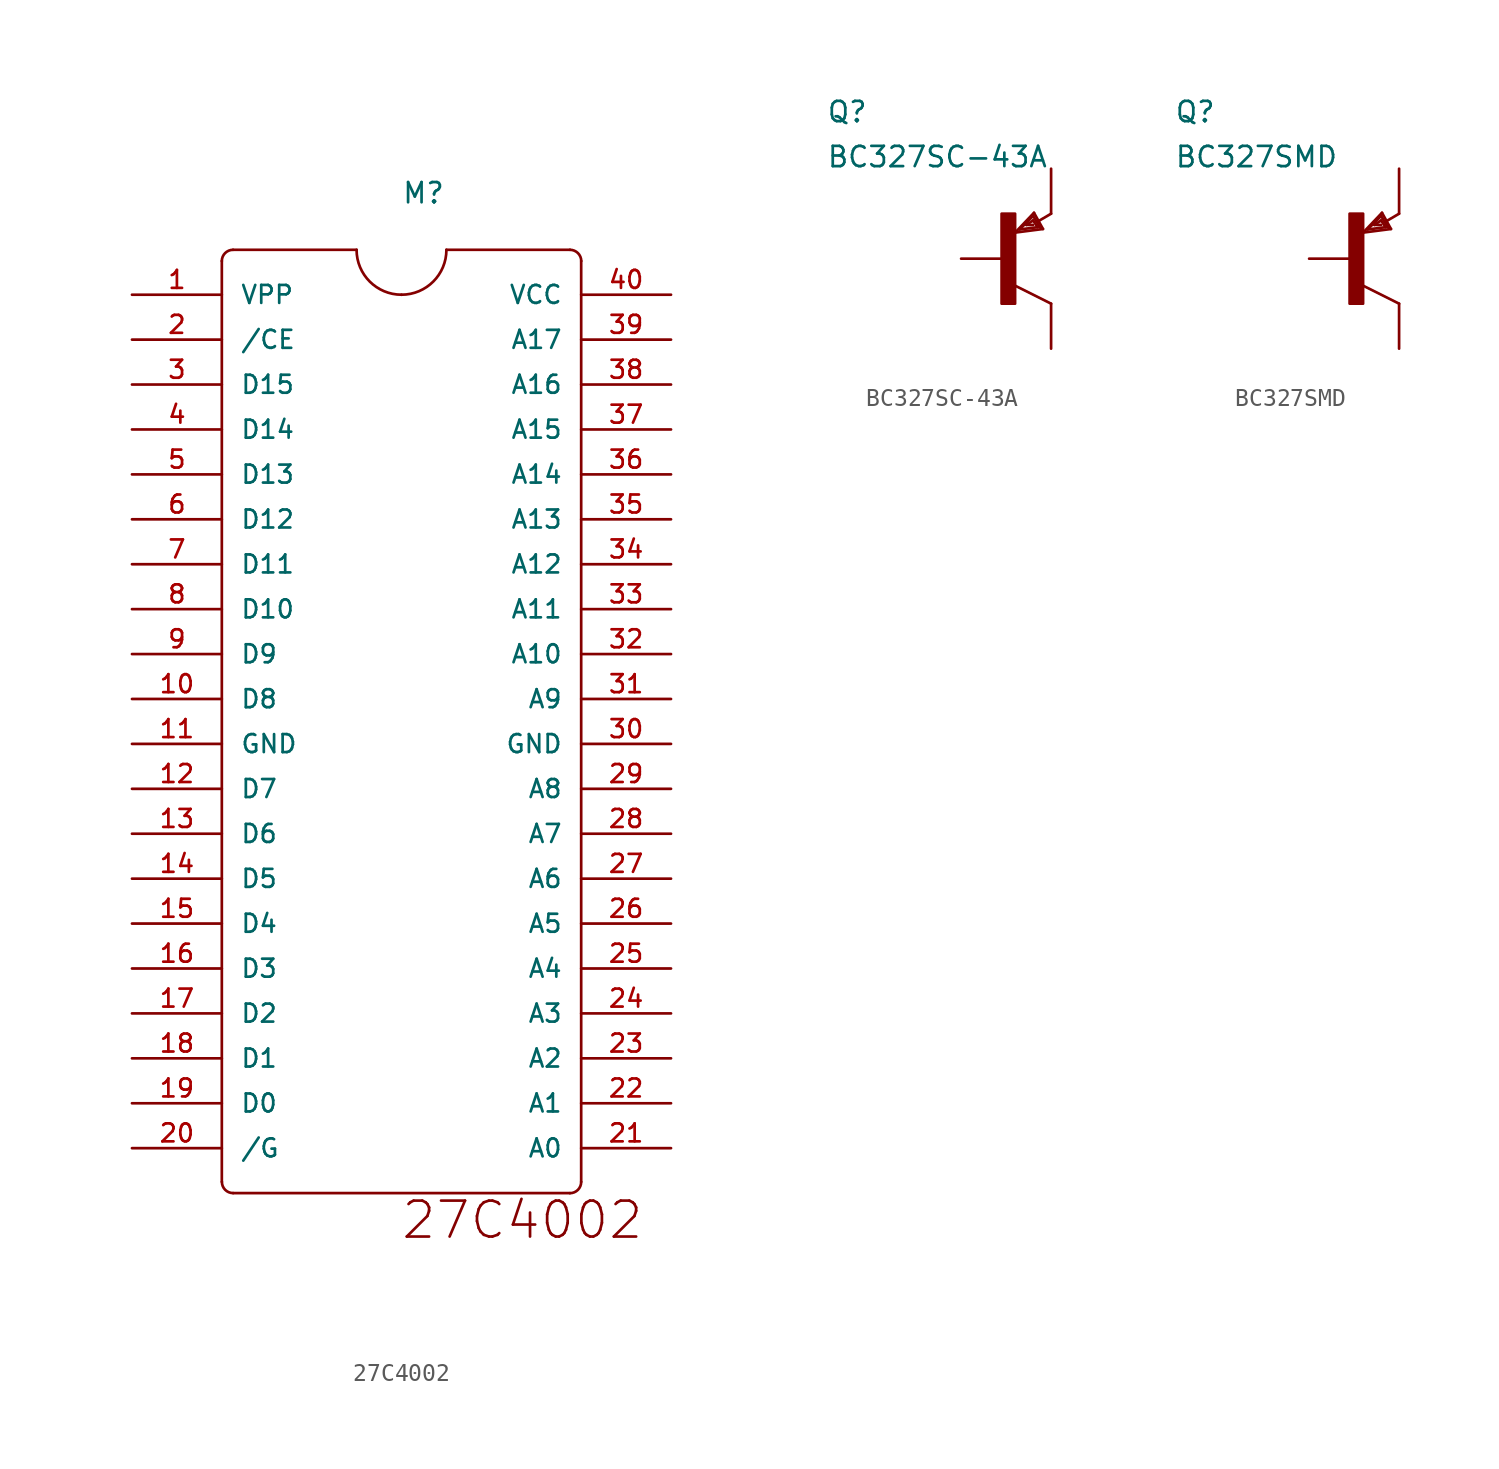
<source format=kicad_sym>
(kicad_symbol_lib
  (version 20211014)
  (generator kicad_symbol_editor)
  (symbol "27C4002"
    (pin_names
      (offset 1.016))
    (property "Reference" "M"
      (at 0 30.48 0)
      (effects (font (size 1.143 1.143)) (justify left bottom)))
    (property "ki_locked" ""
      (at 0 0 0)
      (effects (font (size 1.27 1.27))))
    (symbol "27C4002_1_0"
      (polyline (pts (xy -10.16 -24.765) (xy -10.16 27.305)) (stroke (width 0) (type default) (color 0 0 0 0)) (fill (type none)))
      (polyline (pts (xy -9.525 27.94) (xy -2.54 27.94)) (stroke (width 0) (type default) (color 0 0 0 0)) (fill (type none)))
      (polyline (pts (xy 2.54 27.94) (xy 9.525 27.94)) (stroke (width 0) (type default) (color 0 0 0 0)) (fill (type none)))
      (polyline (pts (xy 9.525 -25.4) (xy -9.525 -25.4)) (stroke (width 0) (type default) (color 0 0 0 0)) (fill (type none)))
      (polyline (pts (xy 10.16 27.305) (xy 10.16 -24.765)) (stroke (width 0) (type default) (color 0 0 0 0)) (fill (type none)))
      (text "27C4002" (at 6.833 -26.924 0) (effects (font (size 2.032 2.032)))))
    (symbol "27C4002_1_1"
      (arc (start -10.16 -24.765) (mid -9.974 -25.214) (end -9.525 -25.4) (stroke (width 0) (type default) (color 0 0 0 0)) (fill (type none)))
      (arc (start -9.525 27.94) (mid -9.974 27.754) (end -10.16 27.305) (stroke (width 0) (type default) (color 0 0 0 0)) (fill (type none)))
      (arc (start -2.54 27.94) (mid -1.7961 26.1439) (end 0 25.4) (stroke (width 0) (type default) (color 0 0 0 0)) (fill (type none)))
      (arc (start 0 25.4) (mid 1.7961 26.1439) (end 2.54 27.94) (stroke (width 0) (type default) (color 0 0 0 0)) (fill (type none)))
      (arc (start 9.525 -25.4) (mid 9.974 -25.214) (end 10.16 -24.765) (stroke (width 0) (type default) (color 0 0 0 0)) (fill (type none)))
      (arc (start 10.16 27.305) (mid 9.974 27.754) (end 9.525 27.94) (stroke (width 0) (type default) (color 0 0 0 0)) (fill (type none)))
      (pin bidirectional line (at -15.24 25.4 0) (length 5.08) (name "VPP" (effects (font (size 1.016 1.016)))) (number "1" (effects (font (size 1.016 1.016)))))
      (pin bidirectional line (at -15.24 2.54 0) (length 5.08) (name "D8" (effects (font (size 1.016 1.016)))) (number "10" (effects (font (size 1.016 1.016)))))
      (pin bidirectional line (at -15.24 0 0) (length 5.08) (name "GND" (effects (font (size 1.016 1.016)))) (number "11" (effects (font (size 1.016 1.016)))))
      (pin bidirectional line (at -15.24 -2.54 0) (length 5.08) (name "D7" (effects (font (size 1.016 1.016)))) (number "12" (effects (font (size 1.016 1.016)))))
      (pin bidirectional line (at -15.24 -5.08 0) (length 5.08) (name "D6" (effects (font (size 1.016 1.016)))) (number "13" (effects (font (size 1.016 1.016)))))
      (pin bidirectional line (at -15.24 -7.62 0) (length 5.08) (name "D5" (effects (font (size 1.016 1.016)))) (number "14" (effects (font (size 1.016 1.016)))))
      (pin bidirectional line (at -15.24 -10.16 0) (length 5.08) (name "D4" (effects (font (size 1.016 1.016)))) (number "15" (effects (font (size 1.016 1.016)))))
      (pin bidirectional line (at -15.24 -12.7 0) (length 5.08) (name "D3" (effects (font (size 1.016 1.016)))) (number "16" (effects (font (size 1.016 1.016)))))
      (pin bidirectional line (at -15.24 -15.24 0) (length 5.08) (name "D2" (effects (font (size 1.016 1.016)))) (number "17" (effects (font (size 1.016 1.016)))))
      (pin bidirectional line (at -15.24 -17.78 0) (length 5.08) (name "D1" (effects (font (size 1.016 1.016)))) (number "18" (effects (font (size 1.016 1.016)))))
      (pin bidirectional line (at -15.24 -20.32 0) (length 5.08) (name "D0" (effects (font (size 1.016 1.016)))) (number "19" (effects (font (size 1.016 1.016)))))
      (pin bidirectional line (at -15.24 22.86 0) (length 5.08) (name "/CE" (effects (font (size 1.016 1.016)))) (number "2" (effects (font (size 1.016 1.016)))))
      (pin bidirectional line (at -15.24 -22.86 0) (length 5.08) (name "/G" (effects (font (size 1.016 1.016)))) (number "20" (effects (font (size 1.016 1.016)))))
      (pin bidirectional line (at 15.24 -22.86 180) (length 5.08) (name "A0" (effects (font (size 1.016 1.016)))) (number "21" (effects (font (size 1.016 1.016)))))
      (pin bidirectional line (at 15.24 -20.32 180) (length 5.08) (name "A1" (effects (font (size 1.016 1.016)))) (number "22" (effects (font (size 1.016 1.016)))))
      (pin bidirectional line (at 15.24 -17.78 180) (length 5.08) (name "A2" (effects (font (size 1.016 1.016)))) (number "23" (effects (font (size 1.016 1.016)))))
      (pin bidirectional line (at 15.24 -15.24 180) (length 5.08) (name "A3" (effects (font (size 1.016 1.016)))) (number "24" (effects (font (size 1.016 1.016)))))
      (pin bidirectional line (at 15.24 -12.7 180) (length 5.08) (name "A4" (effects (font (size 1.016 1.016)))) (number "25" (effects (font (size 1.016 1.016)))))
      (pin bidirectional line (at 15.24 -10.16 180) (length 5.08) (name "A5" (effects (font (size 1.016 1.016)))) (number "26" (effects (font (size 1.016 1.016)))))
      (pin bidirectional line (at 15.24 -7.62 180) (length 5.08) (name "A6" (effects (font (size 1.016 1.016)))) (number "27" (effects (font (size 1.016 1.016)))))
      (pin bidirectional line (at 15.24 -5.08 180) (length 5.08) (name "A7" (effects (font (size 1.016 1.016)))) (number "28" (effects (font (size 1.016 1.016)))))
      (pin bidirectional line (at 15.24 -2.54 180) (length 5.08) (name "A8" (effects (font (size 1.016 1.016)))) (number "29" (effects (font (size 1.016 1.016)))))
      (pin bidirectional line (at -15.24 20.32 0) (length 5.08) (name "D15" (effects (font (size 1.016 1.016)))) (number "3" (effects (font (size 1.016 1.016)))))
      (pin bidirectional line (at 15.24 0 180) (length 5.08) (name "GND" (effects (font (size 1.016 1.016)))) (number "30" (effects (font (size 1.016 1.016)))))
      (pin bidirectional line (at 15.24 2.54 180) (length 5.08) (name "A9" (effects (font (size 1.016 1.016)))) (number "31" (effects (font (size 1.016 1.016)))))
      (pin bidirectional line (at 15.24 5.08 180) (length 5.08) (name "A10" (effects (font (size 1.016 1.016)))) (number "32" (effects (font (size 1.016 1.016)))))
      (pin bidirectional line (at 15.24 7.62 180) (length 5.08) (name "A11" (effects (font (size 1.016 1.016)))) (number "33" (effects (font (size 1.016 1.016)))))
      (pin bidirectional line (at 15.24 10.16 180) (length 5.08) (name "A12" (effects (font (size 1.016 1.016)))) (number "34" (effects (font (size 1.016 1.016)))))
      (pin bidirectional line (at 15.24 12.7 180) (length 5.08) (name "A13" (effects (font (size 1.016 1.016)))) (number "35" (effects (font (size 1.016 1.016)))))
      (pin bidirectional line (at 15.24 15.24 180) (length 5.08) (name "A14" (effects (font (size 1.016 1.016)))) (number "36" (effects (font (size 1.016 1.016)))))
      (pin bidirectional line (at 15.24 17.78 180) (length 5.08) (name "A15" (effects (font (size 1.016 1.016)))) (number "37" (effects (font (size 1.016 1.016)))))
      (pin bidirectional line (at 15.24 20.32 180) (length 5.08) (name "A16" (effects (font (size 1.016 1.016)))) (number "38" (effects (font (size 1.016 1.016)))))
      (pin bidirectional line (at 15.24 22.86 180) (length 5.08) (name "A17" (effects (font (size 1.016 1.016)))) (number "39" (effects (font (size 1.016 1.016)))))
      (pin bidirectional line (at -15.24 17.78 0) (length 5.08) (name "D14" (effects (font (size 1.016 1.016)))) (number "4" (effects (font (size 1.016 1.016)))))
      (pin bidirectional line (at 15.24 25.4 180) (length 5.08) (name "VCC" (effects (font (size 1.016 1.016)))) (number "40" (effects (font (size 1.016 1.016)))))
      (pin bidirectional line (at -15.24 15.24 0) (length 5.08) (name "D13" (effects (font (size 1.016 1.016)))) (number "5" (effects (font (size 1.016 1.016)))))
      (pin bidirectional line (at -15.24 12.7 0) (length 5.08) (name "D12" (effects (font (size 1.016 1.016)))) (number "6" (effects (font (size 1.016 1.016)))))
      (pin bidirectional line (at -15.24 10.16 0) (length 5.08) (name "D11" (effects (font (size 1.016 1.016)))) (number "7" (effects (font (size 1.016 1.016)))))
      (pin bidirectional line (at -15.24 7.62 0) (length 5.08) (name "D10" (effects (font (size 1.016 1.016)))) (number "8" (effects (font (size 1.016 1.016)))))
      (pin bidirectional line (at -15.24 5.08 0) (length 5.08) (name "D9" (effects (font (size 1.016 1.016)))) (number "9" (effects (font (size 1.016 1.016)))))))
  (symbol "BC327SC-43A"
    (pin_numbers hide)
    (pin_names
      (offset 1.016) hide)
    (property "Reference" "Q"
      (at -10.16 7.62 0)
      (effects (font (size 1.143 1.143)) (justify left bottom)))
    (property "Value" "BC327SC-43A"
      (at -10.16 5.08 0)
      (effects (font (size 1.143 1.143)) (justify left bottom)))
    (property "ki_locked" ""
      (at 0 0 0)
      (effects (font (size 1.27 1.27))))
    (symbol "BC327SC-43A_1_0"
      (polyline (pts (xy 0.508 1.473) (xy 2.083 1.676)) (stroke (width 0) (type default) (color 0 0 0 0)) (fill (type none)))
      (polyline (pts (xy 0.762 1.651) (xy 1.778 1.778)) (stroke (width 0) (type default) (color 0 0 0 0)) (fill (type none)))
      (polyline (pts (xy 1.143 1.905) (xy 1.524 1.905)) (stroke (width 0) (type default) (color 0 0 0 0)) (fill (type none)))
      (polyline (pts (xy 1.524 2.159) (xy 1.143 1.905)) (stroke (width 0) (type default) (color 0 0 0 0)) (fill (type none)))
      (polyline (pts (xy 1.524 2.413) (xy 0.762 1.651)) (stroke (width 0) (type default) (color 0 0 0 0)) (fill (type none)))
      (polyline (pts (xy 1.575 2.591) (xy 0.508 1.473)) (stroke (width 0) (type default) (color 0 0 0 0)) (fill (type none)))
      (polyline (pts (xy 1.778 1.778) (xy 1.524 2.159)) (stroke (width 0) (type default) (color 0 0 0 0)) (fill (type none)))
      (polyline (pts (xy 1.905 1.778) (xy 1.524 2.413)) (stroke (width 0) (type default) (color 0 0 0 0)) (fill (type none)))
      (polyline (pts (xy 2.083 1.676) (xy 1.575 2.591)) (stroke (width 0) (type default) (color 0 0 0 0)) (fill (type none)))
      (polyline (pts (xy 2.54 -2.54) (xy 0.508 -1.524)) (stroke (width 0) (type default) (color 0 0 0 0)) (fill (type none)))
      (polyline (pts (xy 2.54 2.54) (xy 1.803 2.108)) (stroke (width 0) (type default) (color 0 0 0 0)) (fill (type none))))
    (symbol "BC327SC-43A_1_1"
      (rectangle (start -0.254 -2.54) (end 0.508 2.54) (stroke (width 0) (type default) (color 0 0 0 0)) (fill (type outline)))
      (pin passive line (at 2.54 5.08 270) (length 2.54) (name "E" (effects (font (size 1.016 1.016)))) (number "1" (effects (font (size 1.016 1.016)))))
      (pin passive line (at -2.54 0 0) (length 2.54) (name "B" (effects (font (size 1.016 1.016)))) (number "2" (effects (font (size 1.016 1.016)))))
      (pin passive line (at 2.54 -5.08 90) (length 2.54) (name "C" (effects (font (size 1.016 1.016)))) (number "3" (effects (font (size 1.016 1.016)))))))
  (symbol "BC327SMD"
    (pin_numbers hide)
    (pin_names
      (offset 1.016) hide)
    (property "Reference" "Q"
      (at -10.16 7.62 0)
      (effects (font (size 1.143 1.143)) (justify left bottom)))
    (property "Value" "BC327SMD"
      (at -10.16 5.08 0)
      (effects (font (size 1.143 1.143)) (justify left bottom)))
    (property "ki_locked" ""
      (at 0 0 0)
      (effects (font (size 1.27 1.27))))
    (symbol "BC327SMD_1_0"
      (polyline (pts (xy 0.508 1.473) (xy 2.083 1.676)) (stroke (width 0) (type default) (color 0 0 0 0)) (fill (type none)))
      (polyline (pts (xy 0.762 1.651) (xy 1.778 1.778)) (stroke (width 0) (type default) (color 0 0 0 0)) (fill (type none)))
      (polyline (pts (xy 1.143 1.905) (xy 1.524 1.905)) (stroke (width 0) (type default) (color 0 0 0 0)) (fill (type none)))
      (polyline (pts (xy 1.524 2.159) (xy 1.143 1.905)) (stroke (width 0) (type default) (color 0 0 0 0)) (fill (type none)))
      (polyline (pts (xy 1.524 2.413) (xy 0.762 1.651)) (stroke (width 0) (type default) (color 0 0 0 0)) (fill (type none)))
      (polyline (pts (xy 1.575 2.591) (xy 0.508 1.473)) (stroke (width 0) (type default) (color 0 0 0 0)) (fill (type none)))
      (polyline (pts (xy 1.778 1.778) (xy 1.524 2.159)) (stroke (width 0) (type default) (color 0 0 0 0)) (fill (type none)))
      (polyline (pts (xy 1.905 1.778) (xy 1.524 2.413)) (stroke (width 0) (type default) (color 0 0 0 0)) (fill (type none)))
      (polyline (pts (xy 2.083 1.676) (xy 1.575 2.591)) (stroke (width 0) (type default) (color 0 0 0 0)) (fill (type none)))
      (polyline (pts (xy 2.54 -2.54) (xy 0.508 -1.524)) (stroke (width 0) (type default) (color 0 0 0 0)) (fill (type none)))
      (polyline (pts (xy 2.54 2.54) (xy 1.803 2.108)) (stroke (width 0) (type default) (color 0 0 0 0)) (fill (type none))))
    (symbol "BC327SMD_1_1"
      (rectangle (start -0.254 -2.54) (end 0.508 2.54) (stroke (width 0) (type default) (color 0 0 0 0)) (fill (type outline)))
      (pin passive line (at -2.54 0 0) (length 2.54) (name "B" (effects (font (size 1.016 1.016)))) (number "B" (effects (font (size 1.016 1.016)))))
      (pin passive line (at 2.54 -5.08 90) (length 2.54) (name "C" (effects (font (size 1.016 1.016)))) (number "C" (effects (font (size 1.016 1.016)))))
      (pin passive line (at 2.54 5.08 270) (length 2.54) (name "E" (effects (font (size 1.016 1.016)))) (number "E" (effects (font (size 1.016 1.016))))))))
</source>
